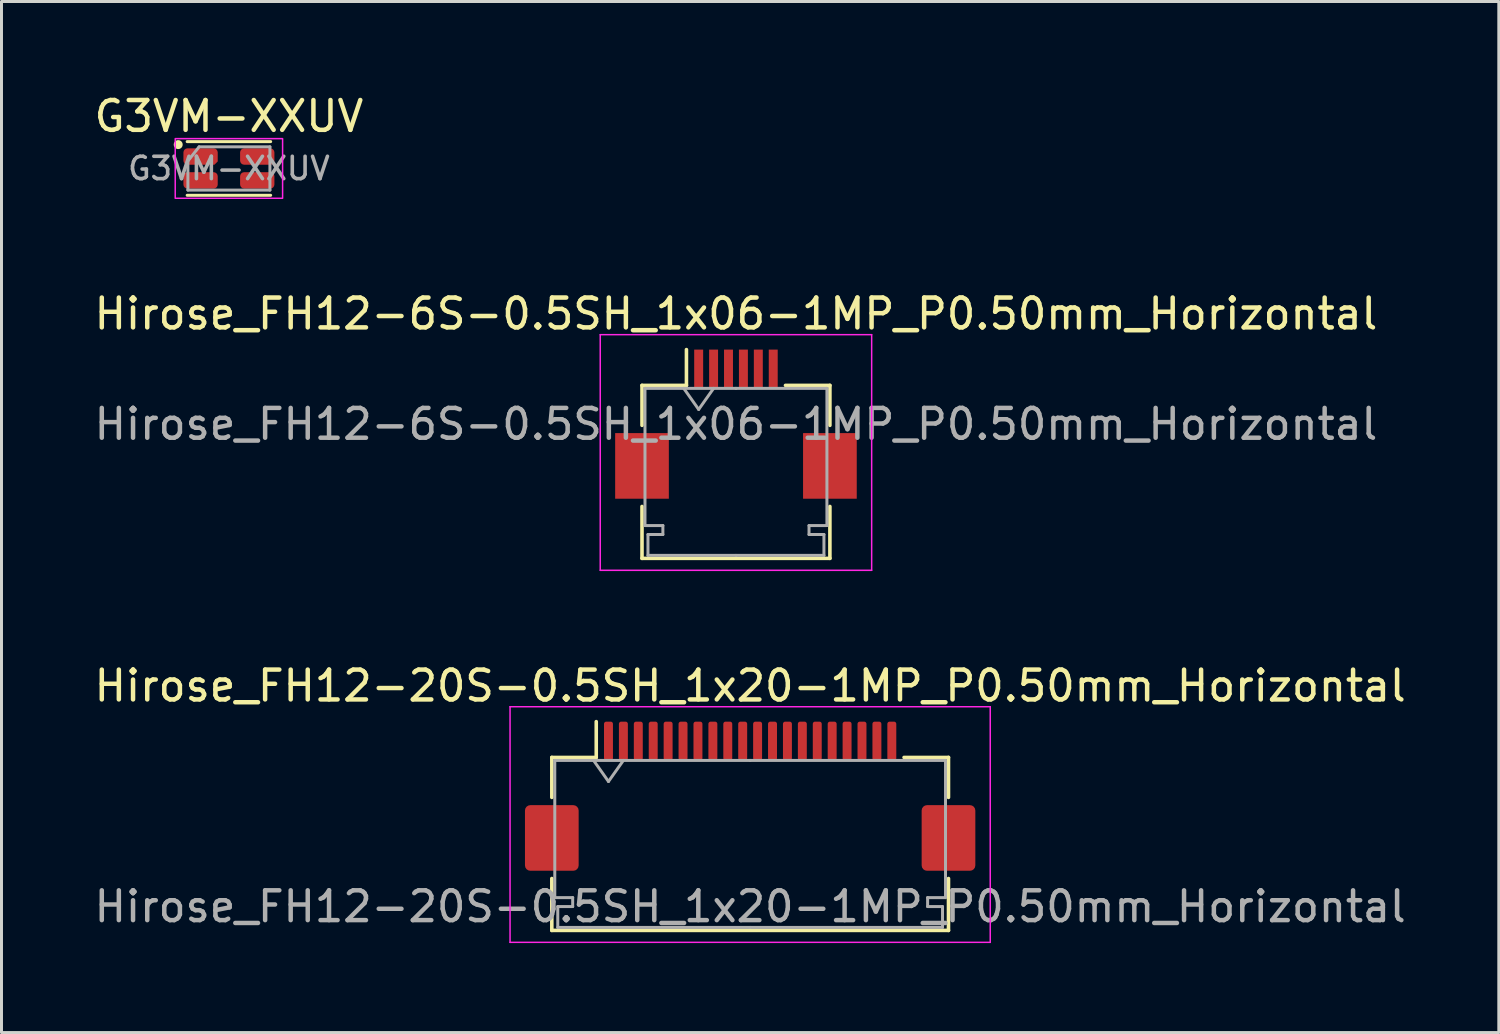
<source format=kicad_pcb>
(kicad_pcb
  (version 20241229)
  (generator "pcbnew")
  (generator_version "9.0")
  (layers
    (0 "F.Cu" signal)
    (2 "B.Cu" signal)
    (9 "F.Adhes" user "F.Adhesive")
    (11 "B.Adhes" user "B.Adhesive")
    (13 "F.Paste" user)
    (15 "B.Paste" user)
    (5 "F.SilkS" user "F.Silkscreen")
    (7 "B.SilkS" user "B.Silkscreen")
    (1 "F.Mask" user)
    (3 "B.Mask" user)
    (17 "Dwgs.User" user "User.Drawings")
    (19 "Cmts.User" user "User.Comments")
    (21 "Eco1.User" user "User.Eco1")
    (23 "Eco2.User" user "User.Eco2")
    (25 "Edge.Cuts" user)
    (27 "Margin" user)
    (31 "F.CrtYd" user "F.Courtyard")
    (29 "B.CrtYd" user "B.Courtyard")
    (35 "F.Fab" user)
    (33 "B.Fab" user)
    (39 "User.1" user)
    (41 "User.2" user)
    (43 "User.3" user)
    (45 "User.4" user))
  (footprint "Hirose_FH12-6S-0.5SH_1x06-1MP_P0.50mm_Horizontal"
    (layer "F.Cu")
    (at 21.625 11.171)
    (property "Reference" "Hirose_FH12-6S-0.5SH_1x06-1MP_P0.50mm_Horizontal" (at 0 -3.7 0) (layer "F.SilkS") (effects (font (size 1 1) (thickness 0.15))))
    (attr smd)
    (fp_line (start -3.15 -1.3) (end -3.15 0.04) (stroke (width 0.12) (type solid)) (layer "F.SilkS"))
    (fp_line (start -3.15 2.76) (end -3.15 4.5) (stroke (width 0.12) (type solid)) (layer "F.SilkS"))
    (fp_line (start -3.15 4.5) (end 3.15 4.5) (stroke (width 0.12) (type solid)) (layer "F.SilkS"))
    (fp_line (start -1.66 -1.3) (end -3.15 -1.3) (stroke (width 0.12) (type solid)) (layer "F.SilkS"))
    (fp_line (start -1.66 -1.3) (end -1.66 -2.5) (stroke (width 0.12) (type solid)) (layer "F.SilkS"))
    (fp_line (start 1.66 -1.3) (end 3.15 -1.3) (stroke (width 0.12) (type solid)) (layer "F.SilkS"))
    (fp_line (start 3.15 -1.3) (end 3.15 0.04) (stroke (width 0.12) (type solid)) (layer "F.SilkS"))
    (fp_line (start 3.15 4.5) (end 3.15 2.76) (stroke (width 0.12) (type solid)) (layer "F.SilkS"))
    (fp_line (start -4.55 -3) (end -4.55 4.9) (stroke (width 0.05) (type solid)) (layer "F.CrtYd"))
    (fp_line (start -4.55 4.9) (end 4.55 4.9) (stroke (width 0.05) (type solid)) (layer "F.CrtYd"))
    (fp_line (start 4.55 -3) (end -4.55 -3) (stroke (width 0.05) (type solid)) (layer "F.CrtYd"))
    (fp_line (start 4.55 4.9) (end 4.55 -3) (stroke (width 0.05) (type solid)) (layer "F.CrtYd"))
    (fp_line (start -3.05 -1.2) (end -3.05 3.4) (stroke (width 0.1) (type solid)) (layer "F.Fab"))
    (fp_line (start -3.05 3.4) (end -2.45 3.4) (stroke (width 0.1) (type solid)) (layer "F.Fab"))
    (fp_line (start -2.95 3.7) (end -2.95 4.4) (stroke (width 0.1) (type solid)) (layer "F.Fab"))
    (fp_line (start -2.95 4.4) (end 0 4.4) (stroke (width 0.1) (type solid)) (layer "F.Fab"))
    (fp_line (start -2.45 3.4) (end -2.45 3.7) (stroke (width 0.1) (type solid)) (layer "F.Fab"))
    (fp_line (start -2.45 3.7) (end -2.95 3.7) (stroke (width 0.1) (type solid)) (layer "F.Fab"))
    (fp_line (start -1.75 -1.2) (end -1.25 -0.493) (stroke (width 0.1) (type solid)) (layer "F.Fab"))
    (fp_line (start -1.25 -0.493) (end -0.75 -1.2) (stroke (width 0.1) (type solid)) (layer "F.Fab"))
    (fp_line (start 0 -1.2) (end -3.05 -1.2) (stroke (width 0.1) (type solid)) (layer "F.Fab"))
    (fp_line (start 0 -1.2) (end 3.05 -1.2) (stroke (width 0.1) (type solid)) (layer "F.Fab"))
    (fp_line (start 2.45 3.4) (end 2.45 3.7) (stroke (width 0.1) (type solid)) (layer "F.Fab"))
    (fp_line (start 2.45 3.7) (end 2.95 3.7) (stroke (width 0.1) (type solid)) (layer "F.Fab"))
    (fp_line (start 2.95 3.7) (end 2.95 4.4) (stroke (width 0.1) (type solid)) (layer "F.Fab"))
    (fp_line (start 2.95 4.4) (end 0 4.4) (stroke (width 0.1) (type solid)) (layer "F.Fab"))
    (fp_line (start 3.05 -1.2) (end 3.05 3.4) (stroke (width 0.1) (type solid)) (layer "F.Fab"))
    (fp_line (start 3.05 3.4) (end 2.45 3.4) (stroke (width 0.1) (type solid)) (layer "F.Fab"))
    (fp_text user "${REFERENCE}" (at 0 0 0) (layer "F.Fab") (effects (font (size 1 1) (thickness 0.15))))
    (pad "1" smd rect (at -1.25 -1.85) (size 0.3 1.3) (layers "F.Cu" "F.Mask" "F.Paste"))
    (pad "2" smd rect (at -0.75 -1.85) (size 0.3 1.3) (layers "F.Cu" "F.Mask" "F.Paste"))
    (pad "3" smd rect (at -0.25 -1.85) (size 0.3 1.3) (layers "F.Cu" "F.Mask" "F.Paste"))
    (pad "4" smd rect (at 0.25 -1.85) (size 0.3 1.3) (layers "F.Cu" "F.Mask" "F.Paste"))
    (pad "5" smd rect (at 0.75 -1.85) (size 0.3 1.3) (layers "F.Cu" "F.Mask" "F.Paste"))
    (pad "6" smd rect (at 1.25 -1.85) (size 0.3 1.3) (layers "F.Cu" "F.Mask" "F.Paste"))
    (pad "MP" smd rect (at -3.15 1.4) (size 1.8 2.2) (layers "F.Cu" "F.Mask" "F.Paste"))
    (pad "MP" smd rect (at 3.15 1.4) (size 1.8 2.2) (layers "F.Cu" "F.Mask" "F.Paste")))
  (footprint "G3VM-XXUV"
    (layer "F.Cu")
    (at 4.625 2.598)
    (property "Reference" "G3VM-XXUV" (at 0 -1.75 0) (unlocked yes) (layer "F.SilkS") (effects (font (size 1 1) (thickness 0.15))))
    (attr smd)
    (fp_line (start -1.4 -0.9) (end 1.4 -0.9) (stroke (width 0.1) (type default)) (layer "F.SilkS"))
    (fp_line (start -1.4 0.9) (end 1.4 0.9) (stroke (width 0.1) (type default)) (layer "F.SilkS"))
    (fp_circle (center -1.7 -0.8) (end -1.6 -0.8) (stroke (width 0.1) (type solid)) (fill yes) (layer "F.SilkS"))
    (fp_rect (start -1.8 -1) (end 1.8 1) (stroke (width 0.05) (type default)) (fill no) (layer "F.CrtYd"))
    (fp_line (start -1.375 -0.25) (end -1.375 0.725) (stroke (width 0.1) (type default)) (layer "F.Fab"))
    (fp_line (start -1.375 -0.25) (end -1 -0.725) (stroke (width 0.1) (type default)) (layer "F.Fab"))
    (fp_line (start -1.375 0.725) (end 1.375 0.725) (stroke (width 0.1) (type default)) (layer "F.Fab"))
    (fp_line (start -1 -0.725) (end 1.375 -0.725) (stroke (width 0.1) (type default)) (layer "F.Fab"))
    (fp_line (start 1.375 -0.725) (end 1.375 0.725) (stroke (width 0.1) (type default)) (layer "F.Fab"))
    (fp_text user "${REFERENCE}" (at 0 0 0) (unlocked yes) (layer "F.Fab") (effects (font (size 0.75 0.75) (thickness 0.12))))
    (pad "1" smd roundrect (at -0.95 -0.4) (size 1.15 0.55) (layers "F.Cu" "F.Mask" "F.Paste") (roundrect_rratio 0.25) (chamfer_ratio 0.2) (chamfer bottom_right))
    (pad "2" smd roundrect (at -0.95 0.4) (size 1.15 0.55) (layers "F.Cu" "F.Mask" "F.Paste") (roundrect_rratio 0.25))
    (pad "3" smd roundrect (at 0.95 0.4) (size 1.15 0.55) (layers "F.Cu" "F.Mask" "F.Paste") (roundrect_rratio 0.25))
    (pad "4" smd roundrect (at 0.95 -0.4) (size 1.15 0.55) (layers "F.Cu" "F.Mask" "F.Paste") (roundrect_rratio 0.25)))
  (footprint "Hirose_FH12-20S-0.5SH_1x20-1MP_P0.50mm_Horizontal"
    (layer "F.Cu")
    (at 22.101 23.645)
    (property "Reference" "Hirose_FH12-20S-0.5SH_1x20-1MP_P0.50mm_Horizontal" (at 0 -3.7 0) (layer "F.SilkS") (effects (font (size 1 1) (thickness 0.15))))
    (attr smd)
    (fp_line (start -6.65 -1.3) (end -6.65 0.04) (stroke (width 0.12) (type solid)) (layer "F.SilkS"))
    (fp_line (start -6.65 2.76) (end -6.65 4.5) (stroke (width 0.12) (type solid)) (layer "F.SilkS"))
    (fp_line (start -6.65 4.5) (end 6.65 4.5) (stroke (width 0.12) (type solid)) (layer "F.SilkS"))
    (fp_line (start -5.16 -1.3) (end -6.65 -1.3) (stroke (width 0.12) (type solid)) (layer "F.SilkS"))
    (fp_line (start -5.16 -1.3) (end -5.16 -2.5) (stroke (width 0.12) (type solid)) (layer "F.SilkS"))
    (fp_line (start 5.16 -1.3) (end 6.65 -1.3) (stroke (width 0.12) (type solid)) (layer "F.SilkS"))
    (fp_line (start 6.65 -1.3) (end 6.65 0.04) (stroke (width 0.12) (type solid)) (layer "F.SilkS"))
    (fp_line (start 6.65 4.5) (end 6.65 2.76) (stroke (width 0.12) (type solid)) (layer "F.SilkS"))
    (fp_line (start -8.05 -3) (end -8.05 4.9) (stroke (width 0.05) (type solid)) (layer "F.CrtYd"))
    (fp_line (start -8.05 4.9) (end 8.05 4.9) (stroke (width 0.05) (type solid)) (layer "F.CrtYd"))
    (fp_line (start 8.05 -3) (end -8.05 -3) (stroke (width 0.05) (type solid)) (layer "F.CrtYd"))
    (fp_line (start 8.05 4.9) (end 8.05 -3) (stroke (width 0.05) (type solid)) (layer "F.CrtYd"))
    (fp_line (start -6.55 -1.2) (end -6.55 3.4) (stroke (width 0.1) (type solid)) (layer "F.Fab"))
    (fp_line (start -6.55 3.4) (end -5.95 3.4) (stroke (width 0.1) (type solid)) (layer "F.Fab"))
    (fp_line (start -6.45 3.7) (end -6.45 4.4) (stroke (width 0.1) (type solid)) (layer "F.Fab"))
    (fp_line (start -6.45 4.4) (end 0 4.4) (stroke (width 0.1) (type solid)) (layer "F.Fab"))
    (fp_line (start -5.95 3.4) (end -5.95 3.7) (stroke (width 0.1) (type solid)) (layer "F.Fab"))
    (fp_line (start -5.95 3.7) (end -6.45 3.7) (stroke (width 0.1) (type solid)) (layer "F.Fab"))
    (fp_line (start -5.25 -1.2) (end -4.75 -0.493) (stroke (width 0.1) (type solid)) (layer "F.Fab"))
    (fp_line (start -4.75 -0.493) (end -4.25 -1.2) (stroke (width 0.1) (type solid)) (layer "F.Fab"))
    (fp_line (start 0 -1.2) (end -6.55 -1.2) (stroke (width 0.1) (type solid)) (layer "F.Fab"))
    (fp_line (start 0 -1.2) (end 6.55 -1.2) (stroke (width 0.1) (type solid)) (layer "F.Fab"))
    (fp_line (start 5.95 3.4) (end 5.95 3.7) (stroke (width 0.1) (type solid)) (layer "F.Fab"))
    (fp_line (start 5.95 3.7) (end 6.45 3.7) (stroke (width 0.1) (type solid)) (layer "F.Fab"))
    (fp_line (start 6.45 3.7) (end 6.45 4.4) (stroke (width 0.1) (type solid)) (layer "F.Fab"))
    (fp_line (start 6.45 4.4) (end 0 4.4) (stroke (width 0.1) (type solid)) (layer "F.Fab"))
    (fp_line (start 6.55 -1.2) (end 6.55 3.4) (stroke (width 0.1) (type solid)) (layer "F.Fab"))
    (fp_line (start 6.55 3.4) (end 5.95 3.4) (stroke (width 0.1) (type solid)) (layer "F.Fab"))
    (fp_text user "${REFERENCE}" (at 0 3.7 0) (layer "F.Fab") (effects (font (size 1 1) (thickness 0.15))))
    (pad "1" smd roundrect (at -4.75 -1.85) (size 0.3 1.3) (layers "F.Cu" "F.Mask" "F.Paste") (roundrect_rratio 0.25))
    (pad "2" smd roundrect (at -4.25 -1.85) (size 0.3 1.3) (layers "F.Cu" "F.Mask" "F.Paste") (roundrect_rratio 0.25))
    (pad "3" smd roundrect (at -3.75 -1.85) (size 0.3 1.3) (layers "F.Cu" "F.Mask" "F.Paste") (roundrect_rratio 0.25))
    (pad "4" smd roundrect (at -3.25 -1.85) (size 0.3 1.3) (layers "F.Cu" "F.Mask" "F.Paste") (roundrect_rratio 0.25))
    (pad "5" smd roundrect (at -2.75 -1.85) (size 0.3 1.3) (layers "F.Cu" "F.Mask" "F.Paste") (roundrect_rratio 0.25))
    (pad "6" smd roundrect (at -2.25 -1.85) (size 0.3 1.3) (layers "F.Cu" "F.Mask" "F.Paste") (roundrect_rratio 0.25))
    (pad "7" smd roundrect (at -1.75 -1.85) (size 0.3 1.3) (layers "F.Cu" "F.Mask" "F.Paste") (roundrect_rratio 0.25))
    (pad "8" smd roundrect (at -1.25 -1.85) (size 0.3 1.3) (layers "F.Cu" "F.Mask" "F.Paste") (roundrect_rratio 0.25))
    (pad "9" smd roundrect (at -0.75 -1.85) (size 0.3 1.3) (layers "F.Cu" "F.Mask" "F.Paste") (roundrect_rratio 0.25))
    (pad "10" smd roundrect (at -0.25 -1.85) (size 0.3 1.3) (layers "F.Cu" "F.Mask" "F.Paste") (roundrect_rratio 0.25))
    (pad "11" smd roundrect (at 0.25 -1.85) (size 0.3 1.3) (layers "F.Cu" "F.Mask" "F.Paste") (roundrect_rratio 0.25))
    (pad "12" smd roundrect (at 0.75 -1.85) (size 0.3 1.3) (layers "F.Cu" "F.Mask" "F.Paste") (roundrect_rratio 0.25))
    (pad "13" smd roundrect (at 1.25 -1.85) (size 0.3 1.3) (layers "F.Cu" "F.Mask" "F.Paste") (roundrect_rratio 0.25))
    (pad "14" smd roundrect (at 1.75 -1.85) (size 0.3 1.3) (layers "F.Cu" "F.Mask" "F.Paste") (roundrect_rratio 0.25))
    (pad "15" smd roundrect (at 2.25 -1.85) (size 0.3 1.3) (layers "F.Cu" "F.Mask" "F.Paste") (roundrect_rratio 0.25))
    (pad "16" smd roundrect (at 2.75 -1.85) (size 0.3 1.3) (layers "F.Cu" "F.Mask" "F.Paste") (roundrect_rratio 0.25))
    (pad "17" smd roundrect (at 3.25 -1.85) (size 0.3 1.3) (layers "F.Cu" "F.Mask" "F.Paste") (roundrect_rratio 0.25))
    (pad "18" smd roundrect (at 3.75 -1.85) (size 0.3 1.3) (layers "F.Cu" "F.Mask" "F.Paste") (roundrect_rratio 0.25))
    (pad "19" smd roundrect (at 4.25 -1.85) (size 0.3 1.3) (layers "F.Cu" "F.Mask" "F.Paste") (roundrect_rratio 0.25))
    (pad "20" smd roundrect (at 4.75 -1.85) (size 0.3 1.3) (layers "F.Cu" "F.Mask" "F.Paste") (roundrect_rratio 0.25))
    (pad "MP" smd roundrect (at -6.65 1.4) (size 1.8 2.2) (layers "F.Cu" "F.Mask" "F.Paste") (roundrect_rratio 0.1))
    (pad "MP" smd roundrect (at 6.65 1.4) (size 1.8 2.2) (layers "F.Cu" "F.Mask" "F.Paste") (roundrect_rratio 0.1)))
  (gr_rect
    (start -3 -3)
    (end 47.202 31.57)
    (stroke (width 0.1) (type default))
    (fill no)
    (layer "Edge.Cuts")))
</source>
